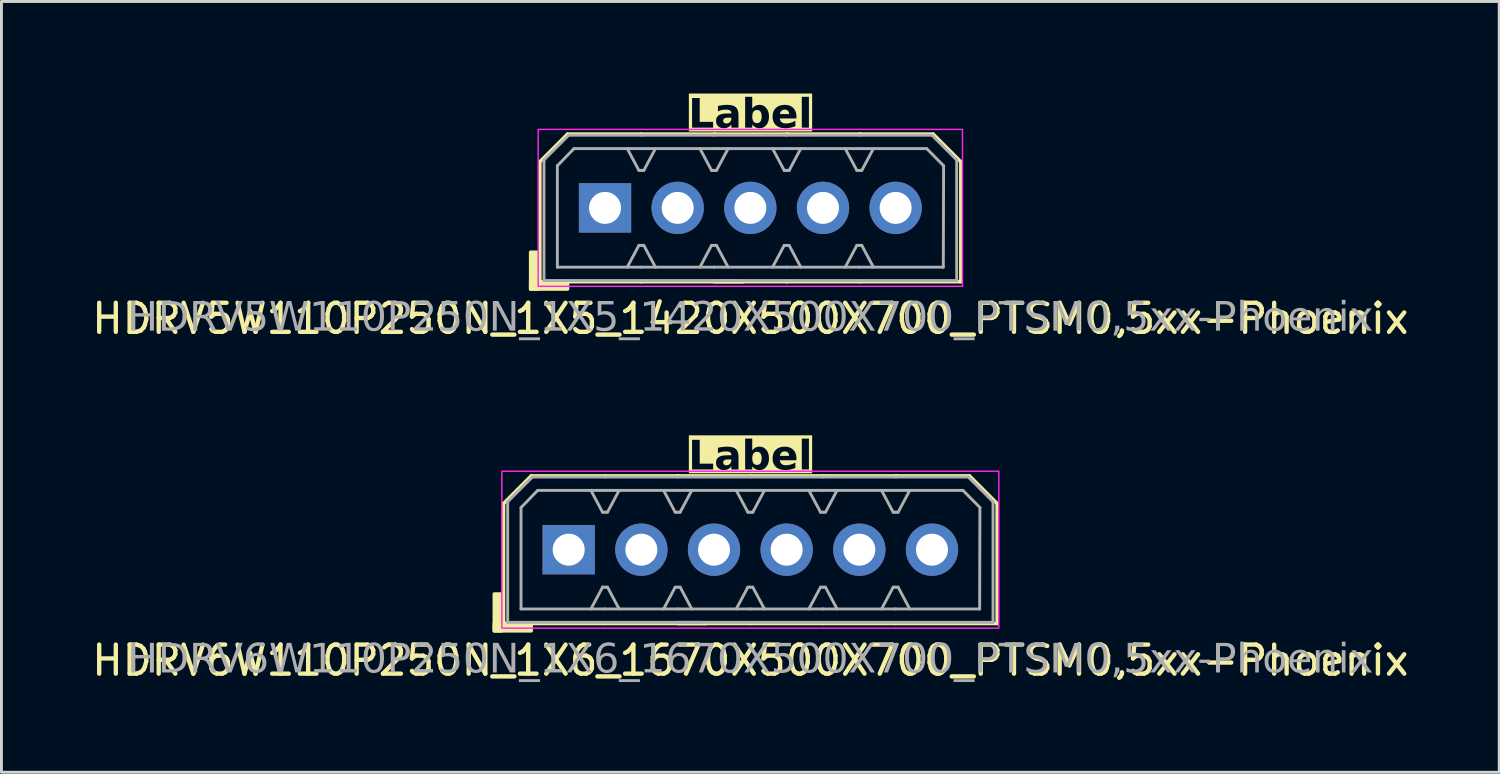
<source format=kicad_pcb>
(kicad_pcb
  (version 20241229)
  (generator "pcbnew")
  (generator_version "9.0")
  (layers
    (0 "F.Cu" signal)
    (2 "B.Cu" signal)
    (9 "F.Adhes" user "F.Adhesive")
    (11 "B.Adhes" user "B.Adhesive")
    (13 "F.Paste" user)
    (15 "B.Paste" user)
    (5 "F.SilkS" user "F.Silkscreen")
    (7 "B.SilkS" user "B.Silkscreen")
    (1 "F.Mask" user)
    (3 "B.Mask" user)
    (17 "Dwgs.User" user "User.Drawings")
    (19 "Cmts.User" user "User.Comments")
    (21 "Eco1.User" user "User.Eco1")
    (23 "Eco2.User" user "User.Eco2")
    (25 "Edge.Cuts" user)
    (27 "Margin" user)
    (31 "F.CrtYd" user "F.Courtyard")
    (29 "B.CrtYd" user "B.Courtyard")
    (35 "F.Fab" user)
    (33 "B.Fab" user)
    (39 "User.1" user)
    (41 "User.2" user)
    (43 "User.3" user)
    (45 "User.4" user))
  (footprint "HDRV6W110P250N_1X6_1670X500X700_PTSM0,5xx-Phoenix"
    (layer "F.Cu")
    (at 22.768 15.864)
    (property "Reference" "HDRV6W110P250N_1X6_1670X500X700_PTSM0,5xx-Phoenix" (at 0 3.81 0) (layer "F.SilkS") (effects (font (size 1 1) (thickness 0.15))))
    (property "Label" "Label" (at 0 -3.175 0) (layer "F.SilkS" knockout) (effects (font (face "Tahoma") (size 1 1) (thickness 0.2) (bold yes))))
    (attr through_hole)
    (fp_line (start -8.492 -1.587) (end -8.492 2.54) (stroke (width 0.12) (type solid)) (layer "F.SilkS"))
    (fp_line (start -8.492 -1.587) (end -7.54 -2.54) (stroke (width 0.12) (type solid)) (layer "F.SilkS"))
    (fp_line (start -8.492 2.54) (end -5 2.54) (stroke (width 0.12) (type solid)) (layer "F.SilkS"))
    (fp_line (start -5 -2.54) (end -7.54 -2.54) (stroke (width 0.12) (type solid)) (layer "F.SilkS"))
    (fp_line (start -5 -2.54) (end -2.46 -2.54) (stroke (width 0.12) (type solid)) (layer "F.SilkS"))
    (fp_line (start -2.5 -2.54) (end 0.04 -2.54) (stroke (width 0.12) (type solid)) (layer "F.SilkS"))
    (fp_line (start -1.508 2.54) (end -5 2.54) (stroke (width 0.12) (type solid)) (layer "F.SilkS"))
    (fp_line (start 0 -2.54) (end 2.54 -2.54) (stroke (width 0.12) (type solid)) (layer "F.SilkS"))
    (fp_line (start 0 2.54) (end -2.5 2.54) (stroke (width 0.12) (type solid)) (layer "F.SilkS"))
    (fp_line (start 2.5 -2.54) (end 5.04 -2.54) (stroke (width 0.12) (type solid)) (layer "F.SilkS"))
    (fp_line (start 2.5 2.54) (end 0 2.54) (stroke (width 0.12) (type solid)) (layer "F.SilkS"))
    (fp_line (start 5 -2.54) (end 7.54 -2.54) (stroke (width 0.12) (type solid)) (layer "F.SilkS"))
    (fp_line (start 5 2.54) (end 2.5 2.54) (stroke (width 0.12) (type solid)) (layer "F.SilkS"))
    (fp_line (start 8.492 -1.587) (end 7.54 -2.54) (stroke (width 0.12) (type solid)) (layer "F.SilkS"))
    (fp_line (start 8.492 -1.587) (end 8.492 2.54) (stroke (width 0.12) (type solid)) (layer "F.SilkS"))
    (fp_line (start 8.492 2.54) (end 5 2.54) (stroke (width 0.12) (type solid)) (layer "F.SilkS"))
    (fp_rect (start -8.556 1.524) (end -8.81 2.794) (stroke (width 0.12) (type solid)) (fill yes) (layer "F.SilkS"))
    (fp_rect (start -7.54 2.794) (end -8.81 2.54) (stroke (width 0.12) (type solid)) (fill yes) (layer "F.SilkS"))
    (fp_rect (start -8.55 -2.7) (end 8.55 2.7) (stroke (width 0.05) (type default)) (fill no) (layer "F.CrtYd"))
    (fp_line (start -8.35 -1.65) (end -8.35 2.5) (stroke (width 0.1) (type solid)) (layer "F.Fab"))
    (fp_line (start -8.35 -1.65) (end -7.5 -2.5) (stroke (width 0.1) (type solid)) (layer "F.Fab"))
    (fp_line (start -7.89 -1.45) (end -7.89 2.04) (stroke (width 0.1) (type solid)) (layer "F.Fab"))
    (fp_line (start -7.89 -1.45) (end -7.318 -2.04) (stroke (width 0.1) (type solid)) (layer "F.Fab"))
    (fp_line (start -5.085 -1.29) (end -5.485 -2.04) (stroke (width 0.1) (type default)) (layer "F.Fab"))
    (fp_line (start -5.085 1.29) (end -5.485 2.04) (stroke (width 0.1) (type default)) (layer "F.Fab"))
    (fp_line (start -5 -2.5) (end -7.5 -2.5) (stroke (width 0.1) (type solid)) (layer "F.Fab"))
    (fp_line (start -5 -2.5) (end -2.5 -2.5) (stroke (width 0.1) (type solid)) (layer "F.Fab"))
    (fp_line (start -5 -2.04) (end -7.318 -2.04) (stroke (width 0.1) (type solid)) (layer "F.Fab"))
    (fp_line (start -5 -2.04) (end -2.5 -2.04) (stroke (width 0.1) (type solid)) (layer "F.Fab"))
    (fp_line (start -5 -1.29) (end -5.085 -1.29) (stroke (width 0.1) (type default)) (layer "F.Fab"))
    (fp_line (start -5 -1.29) (end -4.915 -1.29) (stroke (width 0.1) (type default)) (layer "F.Fab"))
    (fp_line (start -5 1.29) (end -5.085 1.29) (stroke (width 0.1) (type default)) (layer "F.Fab"))
    (fp_line (start -5 1.29) (end -4.915 1.29) (stroke (width 0.1) (type default)) (layer "F.Fab"))
    (fp_line (start -5 2.04) (end -7.89 2.04) (stroke (width 0.1) (type solid)) (layer "F.Fab"))
    (fp_line (start -5 2.04) (end -2.5 2.04) (stroke (width 0.1) (type solid)) (layer "F.Fab"))
    (fp_line (start -5 2.5) (end -8.35 2.5) (stroke (width 0.1) (type solid)) (layer "F.Fab"))
    (fp_line (start -5 2.5) (end -1.65 2.5) (stroke (width 0.1) (type solid)) (layer "F.Fab"))
    (fp_line (start -4.915 -1.29) (end -4.515 -2.04) (stroke (width 0.1) (type default)) (layer "F.Fab"))
    (fp_line (start -4.915 1.29) (end -4.515 2.04) (stroke (width 0.1) (type default)) (layer "F.Fab"))
    (fp_line (start -2.585 -1.29) (end -2.985 -2.04) (stroke (width 0.1) (type default)) (layer "F.Fab"))
    (fp_line (start -2.585 1.29) (end -2.985 2.04) (stroke (width 0.1) (type default)) (layer "F.Fab"))
    (fp_line (start -2.5 -2.5) (end 0 -2.5) (stroke (width 0.1) (type solid)) (layer "F.Fab"))
    (fp_line (start -2.5 -2.04) (end 0 -2.04) (stroke (width 0.1) (type solid)) (layer "F.Fab"))
    (fp_line (start -2.5 -1.29) (end -2.585 -1.29) (stroke (width 0.1) (type default)) (layer "F.Fab"))
    (fp_line (start -2.5 -1.29) (end -2.415 -1.29) (stroke (width 0.1) (type default)) (layer "F.Fab"))
    (fp_line (start -2.5 1.29) (end -2.585 1.29) (stroke (width 0.1) (type default)) (layer "F.Fab"))
    (fp_line (start -2.5 1.29) (end -2.415 1.29) (stroke (width 0.1) (type default)) (layer "F.Fab"))
    (fp_line (start -2.5 2.04) (end 0 2.04) (stroke (width 0.1) (type solid)) (layer "F.Fab"))
    (fp_line (start -2.5 2.5) (end 0 2.5) (stroke (width 0.1) (type solid)) (layer "F.Fab"))
    (fp_line (start -2.415 -1.29) (end -2.015 -2.04) (stroke (width 0.1) (type default)) (layer "F.Fab"))
    (fp_line (start -2.415 1.29) (end -2.015 2.04) (stroke (width 0.1) (type default)) (layer "F.Fab"))
    (fp_line (start -0.085 -1.29) (end -0.485 -2.04) (stroke (width 0.1) (type default)) (layer "F.Fab"))
    (fp_line (start -0.085 1.29) (end -0.485 2.04) (stroke (width 0.1) (type default)) (layer "F.Fab"))
    (fp_line (start 0 -2.5) (end 2.5 -2.5) (stroke (width 0.1) (type solid)) (layer "F.Fab"))
    (fp_line (start 0 -2.04) (end 2.5 -2.04) (stroke (width 0.1) (type solid)) (layer "F.Fab"))
    (fp_line (start 0 -1.29) (end -0.085 -1.29) (stroke (width 0.1) (type default)) (layer "F.Fab"))
    (fp_line (start 0 -1.29) (end 0.085 -1.29) (stroke (width 0.1) (type default)) (layer "F.Fab"))
    (fp_line (start 0 1.29) (end -0.085 1.29) (stroke (width 0.1) (type default)) (layer "F.Fab"))
    (fp_line (start 0 1.29) (end 0.085 1.29) (stroke (width 0.1) (type default)) (layer "F.Fab"))
    (fp_line (start 0 2.04) (end 2.5 2.04) (stroke (width 0.1) (type solid)) (layer "F.Fab"))
    (fp_line (start 0 2.5) (end 2.5 2.5) (stroke (width 0.1) (type solid)) (layer "F.Fab"))
    (fp_line (start 0.085 -1.29) (end 0.485 -2.04) (stroke (width 0.1) (type default)) (layer "F.Fab"))
    (fp_line (start 0.085 1.29) (end 0.485 2.04) (stroke (width 0.1) (type default)) (layer "F.Fab"))
    (fp_line (start 2.415 -1.29) (end 2.015 -2.04) (stroke (width 0.1) (type default)) (layer "F.Fab"))
    (fp_line (start 2.415 1.29) (end 2.015 2.04) (stroke (width 0.1) (type default)) (layer "F.Fab"))
    (fp_line (start 2.5 -2.5) (end 5 -2.5) (stroke (width 0.1) (type solid)) (layer "F.Fab"))
    (fp_line (start 2.5 -2.04) (end 5 -2.04) (stroke (width 0.1) (type solid)) (layer "F.Fab"))
    (fp_line (start 2.5 -1.29) (end 2.415 -1.29) (stroke (width 0.1) (type default)) (layer "F.Fab"))
    (fp_line (start 2.5 -1.29) (end 2.585 -1.29) (stroke (width 0.1) (type default)) (layer "F.Fab"))
    (fp_line (start 2.5 1.29) (end 2.415 1.29) (stroke (width 0.1) (type default)) (layer "F.Fab"))
    (fp_line (start 2.5 1.29) (end 2.585 1.29) (stroke (width 0.1) (type default)) (layer "F.Fab"))
    (fp_line (start 2.5 2.04) (end 5 2.04) (stroke (width 0.1) (type solid)) (layer "F.Fab"))
    (fp_line (start 2.5 2.5) (end 5 2.5) (stroke (width 0.1) (type solid)) (layer "F.Fab"))
    (fp_line (start 2.585 -1.29) (end 2.985 -2.04) (stroke (width 0.1) (type default)) (layer "F.Fab"))
    (fp_line (start 2.585 1.29) (end 2.985 2.04) (stroke (width 0.1) (type default)) (layer "F.Fab"))
    (fp_line (start 4.915 -1.29) (end 4.515 -2.04) (stroke (width 0.1) (type default)) (layer "F.Fab"))
    (fp_line (start 4.915 1.29) (end 4.515 2.04) (stroke (width 0.1) (type default)) (layer "F.Fab"))
    (fp_line (start 5 -2.5) (end 7.5 -2.5) (stroke (width 0.1) (type solid)) (layer "F.Fab"))
    (fp_line (start 5 -2.04) (end 7.318 -2.04) (stroke (width 0.1) (type solid)) (layer "F.Fab"))
    (fp_line (start 5 -1.29) (end 4.915 -1.29) (stroke (width 0.1) (type default)) (layer "F.Fab"))
    (fp_line (start 5 -1.29) (end 5.085 -1.29) (stroke (width 0.1) (type default)) (layer "F.Fab"))
    (fp_line (start 5 1.29) (end 4.915 1.29) (stroke (width 0.1) (type default)) (layer "F.Fab"))
    (fp_line (start 5 1.29) (end 5.085 1.29) (stroke (width 0.1) (type default)) (layer "F.Fab"))
    (fp_line (start 5 2.04) (end 7.89 2.04) (stroke (width 0.1) (type solid)) (layer "F.Fab"))
    (fp_line (start 5 2.5) (end 8.35 2.5) (stroke (width 0.1) (type solid)) (layer "F.Fab"))
    (fp_line (start 5.085 -1.29) (end 5.485 -2.04) (stroke (width 0.1) (type default)) (layer "F.Fab"))
    (fp_line (start 5.085 1.29) (end 5.485 2.04) (stroke (width 0.1) (type default)) (layer "F.Fab"))
    (fp_line (start 7.9 -1.45) (end 7.318 -2.04) (stroke (width 0.1) (type solid)) (layer "F.Fab"))
    (fp_line (start 7.9 -1.45) (end 7.89 2.04) (stroke (width 0.1) (type solid)) (layer "F.Fab"))
    (fp_line (start 8.35 -1.65) (end 7.5 -2.5) (stroke (width 0.1) (type solid)) (layer "F.Fab"))
    (fp_line (start 8.35 -1.65) (end 8.35 2.5) (stroke (width 0.1) (type solid)) (layer "F.Fab"))
    (fp_rect (start -6.504 -0.254) (end -5.996 0.254) (stroke (width 0.1) (type solid)) (fill no) (layer "F.Fab"))
    (fp_rect (start -3.496 -0.254) (end -4.004 0.254) (stroke (width 0.1) (type solid)) (fill no) (layer "F.Fab"))
    (fp_rect (start -0.996 -0.254) (end -1.504 0.254) (stroke (width 0.1) (type solid)) (fill no) (layer "F.Fab"))
    (fp_rect (start 1.504 -0.254) (end 0.996 0.254) (stroke (width 0.1) (type solid)) (fill no) (layer "F.Fab"))
    (fp_rect (start 4.004 -0.254) (end 3.496 0.254) (stroke (width 0.1) (type solid)) (fill no) (layer "F.Fab"))
    (fp_rect (start 6.504 -0.254) (end 5.996 0.254) (stroke (width 0.1) (type solid)) (fill no) (layer "F.Fab"))
    (fp_text user "${REFERENCE}" (at 0 3.81 0) (layer "F.Fab") (effects (font (face "Tahoma") (size 1 1) (thickness 0.15))))
    (pad "1" thru_hole rect (at -6.25 0) (size 1.8 1.7) (drill 1.1) (layers "*.Cu" "*.Mask"))
    (pad "2" thru_hole circle (at -3.75 0) (size 1.8 1.8) (drill 1.1) (layers "*.Cu" "*.Mask"))
    (pad "3" thru_hole circle (at -1.25 0) (size 1.8 1.8) (drill 1.1) (layers "*.Cu" "*.Mask"))
    (pad "4" thru_hole circle (at 1.25 0) (size 1.8 1.8) (drill 1.1) (layers "*.Cu" "*.Mask"))
    (pad "5" thru_hole circle (at 3.75 0) (size 1.8 1.8) (drill 1.1) (layers "*.Cu" "*.Mask"))
    (pad "6" thru_hole circle (at 6.25 0) (size 1.8 1.8) (drill 1.1) (layers "*.Cu" "*.Mask")))
  (footprint "HDRV5W110P250N_1X5_1420X500X700_PTSM0,5xx-Phoenix"
    (layer "F.Cu")
    (at 22.768 4.103)
    (property "Reference" "HDRV5W110P250N_1X5_1420X500X700_PTSM0,5xx-Phoenix" (at 0 3.81 0) (layer "F.SilkS") (effects (font (size 1 1) (thickness 0.15))))
    (property "Label" "Label" (at 0 -3.175 0) (layer "F.SilkS" knockout) (effects (font (face "Tahoma") (size 1 1) (thickness 0.2) (bold yes))))
    (attr through_hole)
    (fp_line (start -7.242 -1.587) (end -7.242 2.54) (stroke (width 0.12) (type solid)) (layer "F.SilkS"))
    (fp_line (start -7.242 -1.587) (end -6.29 -2.54) (stroke (width 0.12) (type solid)) (layer "F.SilkS"))
    (fp_line (start -7.242 2.54) (end -3.75 2.54) (stroke (width 0.12) (type solid)) (layer "F.SilkS"))
    (fp_line (start -3.75 -2.54) (end -6.29 -2.54) (stroke (width 0.12) (type solid)) (layer "F.SilkS"))
    (fp_line (start -3.75 -2.54) (end -1.21 -2.54) (stroke (width 0.12) (type solid)) (layer "F.SilkS"))
    (fp_line (start -1.25 -2.54) (end 1.29 -2.54) (stroke (width 0.12) (type solid)) (layer "F.SilkS"))
    (fp_line (start -0.258 2.54) (end -3.75 2.54) (stroke (width 0.12) (type solid)) (layer "F.SilkS"))
    (fp_line (start 1.25 -2.54) (end 3.79 -2.54) (stroke (width 0.12) (type solid)) (layer "F.SilkS"))
    (fp_line (start 1.25 2.54) (end -1.25 2.54) (stroke (width 0.12) (type solid)) (layer "F.SilkS"))
    (fp_line (start 3.75 -2.54) (end 6.29 -2.54) (stroke (width 0.12) (type solid)) (layer "F.SilkS"))
    (fp_line (start 3.75 2.54) (end 1.25 2.54) (stroke (width 0.12) (type solid)) (layer "F.SilkS"))
    (fp_line (start 7.242 -1.587) (end 6.29 -2.54) (stroke (width 0.12) (type solid)) (layer "F.SilkS"))
    (fp_line (start 7.242 -1.587) (end 7.242 2.54) (stroke (width 0.12) (type solid)) (layer "F.SilkS"))
    (fp_line (start 7.242 2.54) (end 3.75 2.54) (stroke (width 0.12) (type solid)) (layer "F.SilkS"))
    (fp_rect (start -7.306 1.524) (end -7.56 2.794) (stroke (width 0.12) (type solid)) (fill yes) (layer "F.SilkS"))
    (fp_rect (start -6.29 2.794) (end -7.56 2.54) (stroke (width 0.12) (type solid)) (fill yes) (layer "F.SilkS"))
    (fp_rect (start -7.3 -2.7) (end 7.3 2.7) (stroke (width 0.05) (type default)) (fill no) (layer "F.CrtYd"))
    (fp_line (start -7.1 -1.65) (end -7.1 2.5) (stroke (width 0.1) (type solid)) (layer "F.Fab"))
    (fp_line (start -7.1 -1.65) (end -6.25 -2.5) (stroke (width 0.1) (type solid)) (layer "F.Fab"))
    (fp_line (start -6.64 -1.45) (end -6.64 2.04) (stroke (width 0.1) (type solid)) (layer "F.Fab"))
    (fp_line (start -6.64 -1.45) (end -6.068 -2.04) (stroke (width 0.1) (type solid)) (layer "F.Fab"))
    (fp_line (start -3.835 -1.29) (end -4.235 -2.04) (stroke (width 0.1) (type default)) (layer "F.Fab"))
    (fp_line (start -3.835 1.29) (end -4.235 2.04) (stroke (width 0.1) (type default)) (layer "F.Fab"))
    (fp_line (start -3.75 -2.5) (end -6.25 -2.5) (stroke (width 0.1) (type solid)) (layer "F.Fab"))
    (fp_line (start -3.75 -2.5) (end -1.25 -2.5) (stroke (width 0.1) (type solid)) (layer "F.Fab"))
    (fp_line (start -3.75 -2.04) (end -6.068 -2.04) (stroke (width 0.1) (type solid)) (layer "F.Fab"))
    (fp_line (start -3.75 -2.04) (end -1.25 -2.04) (stroke (width 0.1) (type solid)) (layer "F.Fab"))
    (fp_line (start -3.75 -1.29) (end -3.835 -1.29) (stroke (width 0.1) (type default)) (layer "F.Fab"))
    (fp_line (start -3.75 -1.29) (end -3.665 -1.29) (stroke (width 0.1) (type default)) (layer "F.Fab"))
    (fp_line (start -3.75 1.29) (end -3.835 1.29) (stroke (width 0.1) (type default)) (layer "F.Fab"))
    (fp_line (start -3.75 1.29) (end -3.665 1.29) (stroke (width 0.1) (type default)) (layer "F.Fab"))
    (fp_line (start -3.75 2.04) (end -6.64 2.04) (stroke (width 0.1) (type solid)) (layer "F.Fab"))
    (fp_line (start -3.75 2.04) (end -1.25 2.04) (stroke (width 0.1) (type solid)) (layer "F.Fab"))
    (fp_line (start -3.75 2.5) (end -7.1 2.5) (stroke (width 0.1) (type solid)) (layer "F.Fab"))
    (fp_line (start -3.75 2.5) (end -0.4 2.5) (stroke (width 0.1) (type solid)) (layer "F.Fab"))
    (fp_line (start -3.665 -1.29) (end -3.265 -2.04) (stroke (width 0.1) (type default)) (layer "F.Fab"))
    (fp_line (start -3.665 1.29) (end -3.265 2.04) (stroke (width 0.1) (type default)) (layer "F.Fab"))
    (fp_line (start -1.335 -1.29) (end -1.735 -2.04) (stroke (width 0.1) (type default)) (layer "F.Fab"))
    (fp_line (start -1.335 1.29) (end -1.735 2.04) (stroke (width 0.1) (type default)) (layer "F.Fab"))
    (fp_line (start -1.25 -2.5) (end 1.25 -2.5) (stroke (width 0.1) (type solid)) (layer "F.Fab"))
    (fp_line (start -1.25 -2.04) (end 1.25 -2.04) (stroke (width 0.1) (type solid)) (layer "F.Fab"))
    (fp_line (start -1.25 -1.29) (end -1.335 -1.29) (stroke (width 0.1) (type default)) (layer "F.Fab"))
    (fp_line (start -1.25 -1.29) (end -1.165 -1.29) (stroke (width 0.1) (type default)) (layer "F.Fab"))
    (fp_line (start -1.25 1.29) (end -1.335 1.29) (stroke (width 0.1) (type default)) (layer "F.Fab"))
    (fp_line (start -1.25 1.29) (end -1.165 1.29) (stroke (width 0.1) (type default)) (layer "F.Fab"))
    (fp_line (start -1.25 2.04) (end 1.25 2.04) (stroke (width 0.1) (type solid)) (layer "F.Fab"))
    (fp_line (start -1.25 2.5) (end 1.25 2.5) (stroke (width 0.1) (type solid)) (layer "F.Fab"))
    (fp_line (start -1.165 -1.29) (end -0.765 -2.04) (stroke (width 0.1) (type default)) (layer "F.Fab"))
    (fp_line (start -1.165 1.29) (end -0.765 2.04) (stroke (width 0.1) (type default)) (layer "F.Fab"))
    (fp_line (start 1.165 -1.29) (end 0.765 -2.04) (stroke (width 0.1) (type default)) (layer "F.Fab"))
    (fp_line (start 1.165 1.29) (end 0.765 2.04) (stroke (width 0.1) (type default)) (layer "F.Fab"))
    (fp_line (start 1.25 -2.5) (end 3.75 -2.5) (stroke (width 0.1) (type solid)) (layer "F.Fab"))
    (fp_line (start 1.25 -2.04) (end 3.75 -2.04) (stroke (width 0.1) (type solid)) (layer "F.Fab"))
    (fp_line (start 1.25 -1.29) (end 1.165 -1.29) (stroke (width 0.1) (type default)) (layer "F.Fab"))
    (fp_line (start 1.25 -1.29) (end 1.335 -1.29) (stroke (width 0.1) (type default)) (layer "F.Fab"))
    (fp_line (start 1.25 1.29) (end 1.165 1.29) (stroke (width 0.1) (type default)) (layer "F.Fab"))
    (fp_line (start 1.25 1.29) (end 1.335 1.29) (stroke (width 0.1) (type default)) (layer "F.Fab"))
    (fp_line (start 1.25 2.04) (end 3.75 2.04) (stroke (width 0.1) (type solid)) (layer "F.Fab"))
    (fp_line (start 1.25 2.5) (end 3.75 2.5) (stroke (width 0.1) (type solid)) (layer "F.Fab"))
    (fp_line (start 1.335 -1.29) (end 1.735 -2.04) (stroke (width 0.1) (type default)) (layer "F.Fab"))
    (fp_line (start 1.335 1.29) (end 1.735 2.04) (stroke (width 0.1) (type default)) (layer "F.Fab"))
    (fp_line (start 3.665 -1.29) (end 3.265 -2.04) (stroke (width 0.1) (type default)) (layer "F.Fab"))
    (fp_line (start 3.665 1.29) (end 3.265 2.04) (stroke (width 0.1) (type default)) (layer "F.Fab"))
    (fp_line (start 3.75 -2.5) (end 6.25 -2.5) (stroke (width 0.1) (type solid)) (layer "F.Fab"))
    (fp_line (start 3.75 -2.04) (end 6.068 -2.04) (stroke (width 0.1) (type solid)) (layer "F.Fab"))
    (fp_line (start 3.75 -1.29) (end 3.665 -1.29) (stroke (width 0.1) (type default)) (layer "F.Fab"))
    (fp_line (start 3.75 -1.29) (end 3.835 -1.29) (stroke (width 0.1) (type default)) (layer "F.Fab"))
    (fp_line (start 3.75 1.29) (end 3.665 1.29) (stroke (width 0.1) (type default)) (layer "F.Fab"))
    (fp_line (start 3.75 1.29) (end 3.835 1.29) (stroke (width 0.1) (type default)) (layer "F.Fab"))
    (fp_line (start 3.75 2.04) (end 6.64 2.04) (stroke (width 0.1) (type solid)) (layer "F.Fab"))
    (fp_line (start 3.75 2.5) (end 7.1 2.5) (stroke (width 0.1) (type solid)) (layer "F.Fab"))
    (fp_line (start 3.835 -1.29) (end 4.235 -2.04) (stroke (width 0.1) (type default)) (layer "F.Fab"))
    (fp_line (start 3.835 1.29) (end 4.235 2.04) (stroke (width 0.1) (type default)) (layer "F.Fab"))
    (fp_line (start 6.65 -1.45) (end 6.068 -2.04) (stroke (width 0.1) (type solid)) (layer "F.Fab"))
    (fp_line (start 6.65 -1.45) (end 6.64 2.04) (stroke (width 0.1) (type solid)) (layer "F.Fab"))
    (fp_line (start 7.1 -1.65) (end 6.25 -2.5) (stroke (width 0.1) (type solid)) (layer "F.Fab"))
    (fp_line (start 7.1 -1.65) (end 7.1 2.5) (stroke (width 0.1) (type solid)) (layer "F.Fab"))
    (fp_rect (start -5.254 -0.254) (end -4.746 0.254) (stroke (width 0.1) (type solid)) (fill no) (layer "F.Fab"))
    (fp_rect (start -2.246 -0.254) (end -2.754 0.254) (stroke (width 0.1) (type solid)) (fill no) (layer "F.Fab"))
    (fp_rect (start 0.254 -0.254) (end -0.254 0.254) (stroke (width 0.1) (type solid)) (fill no) (layer "F.Fab"))
    (fp_rect (start 2.754 -0.254) (end 2.246 0.254) (stroke (width 0.1) (type solid)) (fill no) (layer "F.Fab"))
    (fp_rect (start 5.254 -0.254) (end 4.746 0.254) (stroke (width 0.1) (type solid)) (fill no) (layer "F.Fab"))
    (fp_text user "${REFERENCE}" (at 0 3.81 0) (layer "F.Fab") (effects (font (face "Tahoma") (size 1 1) (thickness 0.15))))
    (pad "1" thru_hole rect (at -5 0) (size 1.8 1.7) (drill 1.1) (layers "*.Cu" "*.Mask"))
    (pad "2" thru_hole circle (at -2.5 0) (size 1.8 1.8) (drill 1.1) (layers "*.Cu" "*.Mask"))
    (pad "3" thru_hole circle (at 0 0) (size 1.8 1.8) (drill 1.1) (layers "*.Cu" "*.Mask"))
    (pad "4" thru_hole circle (at 2.5 0) (size 1.8 1.8) (drill 1.1) (layers "*.Cu" "*.Mask"))
    (pad "5" thru_hole circle (at 5 0) (size 1.8 1.8) (drill 1.1) (layers "*.Cu" "*.Mask")))
  (gr_rect
    (start -3 -3)
    (end 48.536 23.522)
    (stroke (width 0.1) (type default))
    (fill no)
    (layer "Edge.Cuts")))
</source>
